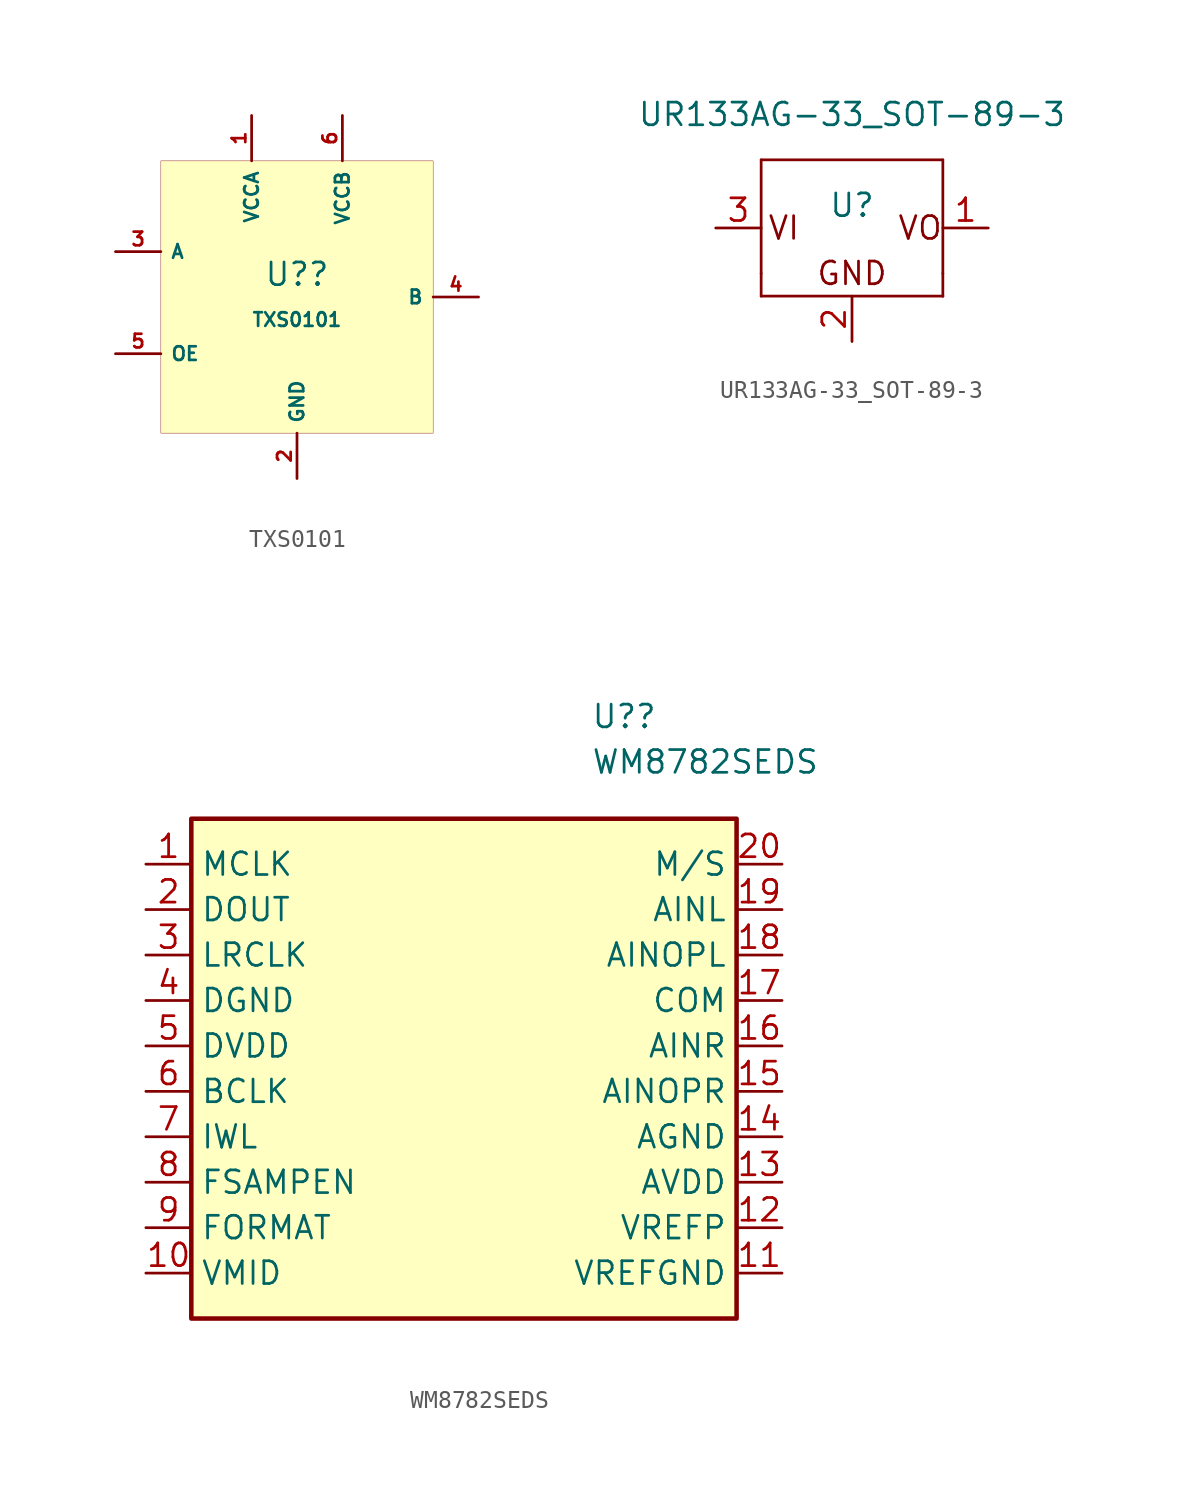
<source format=kicad_sym>
(kicad_symbol_lib
  (version 20211014)
  (generator kicad_symbol_editor)
  (symbol "TXS0101"
    (property "Reference" "U?"
      (at 0 1.27 0)
      (effects (font (size 1.27 1.27))))
    (property "Value" "TXS0101"
      (at 0 -1.27 0)
      (effects (font (size 0.762 0.762))))
    (symbol "TXS0101_0_1"
      (rectangle (start -7.62 7.62) (end 7.62 -7.62) (stroke (width 0.001) (type default) (color 0 0 0 0)) (fill (type background))))
    (symbol "TXS0101_1_1"
      (pin power_in line (at -2.54 10.16 270) (length 2.54) (name "VCCA" (effects (font (size 0.762 0.762)))) (number "1" (effects (font (size 0.762 0.762)))))
      (pin power_in line (at 0 -10.16 90) (length 2.54) (name "GND" (effects (font (size 0.762 0.762)))) (number "2" (effects (font (size 0.762 0.762)))))
      (pin input line (at -10.16 2.54 0) (length 2.54) (name "A" (effects (font (size 0.762 0.762)))) (number "3" (effects (font (size 0.762 0.762)))))
      (pin input line (at 10.16 0 180) (length 2.54) (name "B" (effects (font (size 0.762 0.762)))) (number "4" (effects (font (size 0.762 0.762)))))
      (pin input line (at -10.16 -3.175 0) (length 2.54) (name "OE" (effects (font (size 0.762 0.762)))) (number "5" (effects (font (size 0.762 0.762)))))
      (pin power_in line (at 2.54 10.16 270) (length 2.54) (name "VCCB" (effects (font (size 0.762 0.762)))) (number "6" (effects (font (size 0.762 0.762)))))))
  (symbol "UR133AG-33_SOT-89-3"
    (pin_names
      (offset 1.016))
    (property "Reference" "U"
      (at 0 1.27 0)
      (effects (font (size 1.27 1.27))))
    (property "Value" "UR133AG-33_SOT-89-3"
      (at 0 6.35 0)
      (effects (font (size 1.27 1.27))))
    (symbol "UR133AG-33_SOT-89-3_0_0"
      (text "GND" (at 0 -2.54 0) (effects (font (size 1.27 1.27))))
      (text "VI" (at -3.81 0 0) (effects (font (size 1.27 1.27))))
      (text "VO" (at 3.81 0 0) (effects (font (size 1.27 1.27)))))
    (symbol "UR133AG-33_SOT-89-3_0_1"
      (rectangle (start -5.08 -3.81) (end 5.08 -3.81) (stroke (width 0) (type default) (color 0 0 0 0)) (fill (type none)))
      (rectangle (start -5.08 -2.54) (end -5.08 -3.81) (stroke (width 0) (type default) (color 0 0 0 0)) (fill (type none)))
      (rectangle (start -5.08 3.81) (end -5.08 -2.54) (stroke (width 0) (type default) (color 0 0 0 0)) (fill (type none)))
      (rectangle (start -5.08 3.81) (end 5.08 3.81) (stroke (width 0) (type default) (color 0 0 0 0)) (fill (type none)))
      (rectangle (start 5.08 -3.81) (end 5.08 -3.81) (stroke (width 0) (type default) (color 0 0 0 0)) (fill (type none)))
      (rectangle (start 5.08 -2.54) (end 5.08 -3.81) (stroke (width 0) (type default) (color 0 0 0 0)) (fill (type none)))
      (rectangle (start 5.08 3.81) (end 5.08 -2.54) (stroke (width 0) (type default) (color 0 0 0 0)) (fill (type none))))
    (symbol "UR133AG-33_SOT-89-3_1_1"
      (pin output line (at 7.62 0 180) (length 2.54) (name "~" (effects (font (size 1.27 1.27)))) (number "1" (effects (font (size 1.27 1.27)))))
      (pin bidirectional line (at 0 -6.35 90) (length 2.54) (name "~" (effects (font (size 1.27 1.27)))) (number "2" (effects (font (size 1.27 1.27)))))
      (pin input line (at -7.62 0 0) (length 2.54) (name "~" (effects (font (size 1.27 1.27)))) (number "3" (effects (font (size 1.27 1.27)))))))
  (symbol "WM8782SEDS"
    (property "Reference" "U?"
      (at 7.099 23.495 0)
      (effects (font (size 1.27 1.27)) (justify left)))
    (property "Value" "WM8782SEDS"
      (at 7.099 20.955 0)
      (effects (font (size 1.27 1.27)) (justify left)))
    (symbol "WM8782SEDS_0_1"
      (rectangle (start -15.24 17.78) (end 15.24 -10.16) (stroke (width 0.254) (type default) (color 0 0 0 0)) (fill (type background))))
    (symbol "WM8782SEDS_1_1"
      (pin input line (at -17.78 15.24 0) (length 2.54) (name "MCLK" (effects (font (size 1.27 1.27)))) (number "1" (effects (font (size 1.27 1.27)))))
      (pin bidirectional line (at -17.78 -7.62 0) (length 2.54) (name "VMID" (effects (font (size 1.27 1.27)))) (number "10" (effects (font (size 1.27 1.27)))))
      (pin bidirectional line (at 17.78 -7.62 180) (length 2.54) (name "VREFGND" (effects (font (size 1.27 1.27)))) (number "11" (effects (font (size 1.27 1.27)))))
      (pin bidirectional line (at 17.78 -5.08 180) (length 2.54) (name "VREFP" (effects (font (size 1.27 1.27)))) (number "12" (effects (font (size 1.27 1.27)))))
      (pin bidirectional line (at 17.78 -2.54 180) (length 2.54) (name "AVDD" (effects (font (size 1.27 1.27)))) (number "13" (effects (font (size 1.27 1.27)))))
      (pin bidirectional line (at 17.78 0 180) (length 2.54) (name "AGND" (effects (font (size 1.27 1.27)))) (number "14" (effects (font (size 1.27 1.27)))))
      (pin bidirectional line (at 17.78 2.54 180) (length 2.54) (name "AINOPR" (effects (font (size 1.27 1.27)))) (number "15" (effects (font (size 1.27 1.27)))))
      (pin bidirectional line (at 17.78 5.08 180) (length 2.54) (name "AINR" (effects (font (size 1.27 1.27)))) (number "16" (effects (font (size 1.27 1.27)))))
      (pin bidirectional line (at 17.78 7.62 180) (length 2.54) (name "COM" (effects (font (size 1.27 1.27)))) (number "17" (effects (font (size 1.27 1.27)))))
      (pin input line (at 17.78 10.16 180) (length 2.54) (name "AINOPL" (effects (font (size 1.27 1.27)))) (number "18" (effects (font (size 1.27 1.27)))))
      (pin bidirectional line (at 17.78 12.7 180) (length 2.54) (name "AINL" (effects (font (size 1.27 1.27)))) (number "19" (effects (font (size 1.27 1.27)))))
      (pin bidirectional line (at -17.78 12.7 0) (length 2.54) (name "DOUT" (effects (font (size 1.27 1.27)))) (number "2" (effects (font (size 1.27 1.27)))))
      (pin bidirectional line (at 17.78 15.24 180) (length 2.54) (name "M/S" (effects (font (size 1.27 1.27)))) (number "20" (effects (font (size 1.27 1.27)))))
      (pin input line (at -17.78 10.16 0) (length 2.54) (name "LRCLK" (effects (font (size 1.27 1.27)))) (number "3" (effects (font (size 1.27 1.27)))))
      (pin bidirectional line (at -17.78 7.62 0) (length 2.54) (name "DGND" (effects (font (size 1.27 1.27)))) (number "4" (effects (font (size 1.27 1.27)))))
      (pin bidirectional line (at -17.78 5.08 0) (length 2.54) (name "DVDD" (effects (font (size 1.27 1.27)))) (number "5" (effects (font (size 1.27 1.27)))))
      (pin bidirectional line (at -17.78 2.54 0) (length 2.54) (name "BCLK" (effects (font (size 1.27 1.27)))) (number "6" (effects (font (size 1.27 1.27)))))
      (pin bidirectional line (at -17.78 0 0) (length 2.54) (name "IWL" (effects (font (size 1.27 1.27)))) (number "7" (effects (font (size 1.27 1.27)))))
      (pin bidirectional line (at -17.78 -2.54 0) (length 2.54) (name "FSAMPEN" (effects (font (size 1.27 1.27)))) (number "8" (effects (font (size 1.27 1.27)))))
      (pin bidirectional line (at -17.78 -5.08 0) (length 2.54) (name "FORMAT" (effects (font (size 1.27 1.27)))) (number "9" (effects (font (size 1.27 1.27))))))))
</source>
